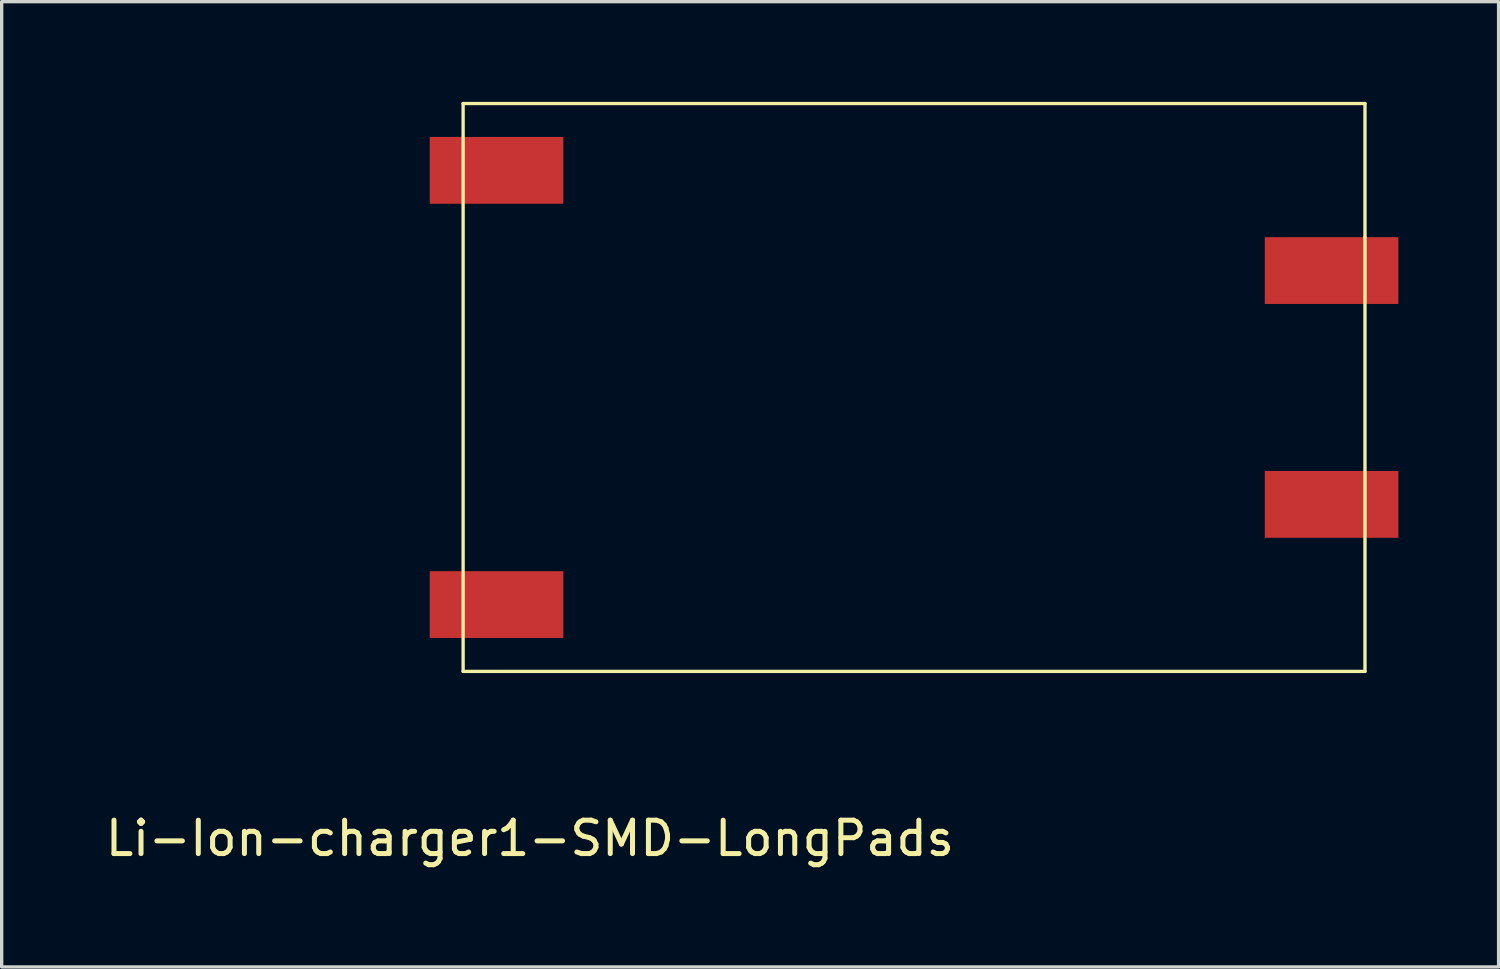
<source format=kicad_pcb>
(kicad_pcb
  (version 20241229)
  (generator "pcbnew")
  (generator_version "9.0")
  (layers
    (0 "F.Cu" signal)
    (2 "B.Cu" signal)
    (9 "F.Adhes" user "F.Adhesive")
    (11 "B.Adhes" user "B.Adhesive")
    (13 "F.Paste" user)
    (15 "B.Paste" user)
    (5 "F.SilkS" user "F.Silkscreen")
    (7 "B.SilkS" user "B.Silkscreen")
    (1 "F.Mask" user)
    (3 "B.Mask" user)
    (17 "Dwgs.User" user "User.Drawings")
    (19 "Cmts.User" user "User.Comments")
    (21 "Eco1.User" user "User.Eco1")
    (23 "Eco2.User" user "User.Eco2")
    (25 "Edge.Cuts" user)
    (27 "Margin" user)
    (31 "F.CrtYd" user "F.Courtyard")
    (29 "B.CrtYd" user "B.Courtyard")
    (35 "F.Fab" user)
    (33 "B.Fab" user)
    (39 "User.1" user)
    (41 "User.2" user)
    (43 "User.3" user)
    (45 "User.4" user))
  (footprint "Li-Ion-charger1-SMD-LongPads"
    (layer "F.Cu")
    (at 10.815 17.05)
    (property "Reference" "Li-Ion-charger1-SMD-LongPads" (at 2 5 0) (layer "F.SilkS") (effects (font (size 1 1) (thickness 0.15))))
    (attr through_hole)
    (fp_line (start 0 -17) (end 0 0) (stroke (width 0.1) (type solid)) (layer "F.SilkS"))
    (fp_line (start 0 0) (end 27 0) (stroke (width 0.1) (type solid)) (layer "F.SilkS"))
    (fp_line (start 27 -17) (end 0 -17) (stroke (width 0.1) (type solid)) (layer "F.SilkS"))
    (fp_line (start 27 -13) (end 27 -17) (stroke (width 0.1) (type solid)) (layer "F.SilkS"))
    (fp_line (start 27 0) (end 27 -13) (stroke (width 0.1) (type solid)) (layer "F.SilkS"))
    (pad "1" smd rect (at 2 -15) (size 4 2) (drill (offset -1 0)) (layers "F.Cu" "F.Mask" "F.Paste"))
    (pad "2" smd rect (at 2 -2) (size 4 2) (drill (offset -1 0)) (layers "F.Cu" "F.Mask" "F.Paste"))
    (pad "3" smd rect (at 25 -12) (size 4 2) (drill (offset 1 0)) (layers "F.Cu" "F.Mask" "F.Paste"))
    (pad "4" smd rect (at 25 -5) (size 4 2) (drill (offset 1 0)) (layers "F.Cu" "F.Mask" "F.Paste")))
  (gr_rect
    (start -3 -3)
    (end 41.815 25.898)
    (stroke (width 0.1) (type default))
    (fill no)
    (layer "Edge.Cuts")))
</source>
